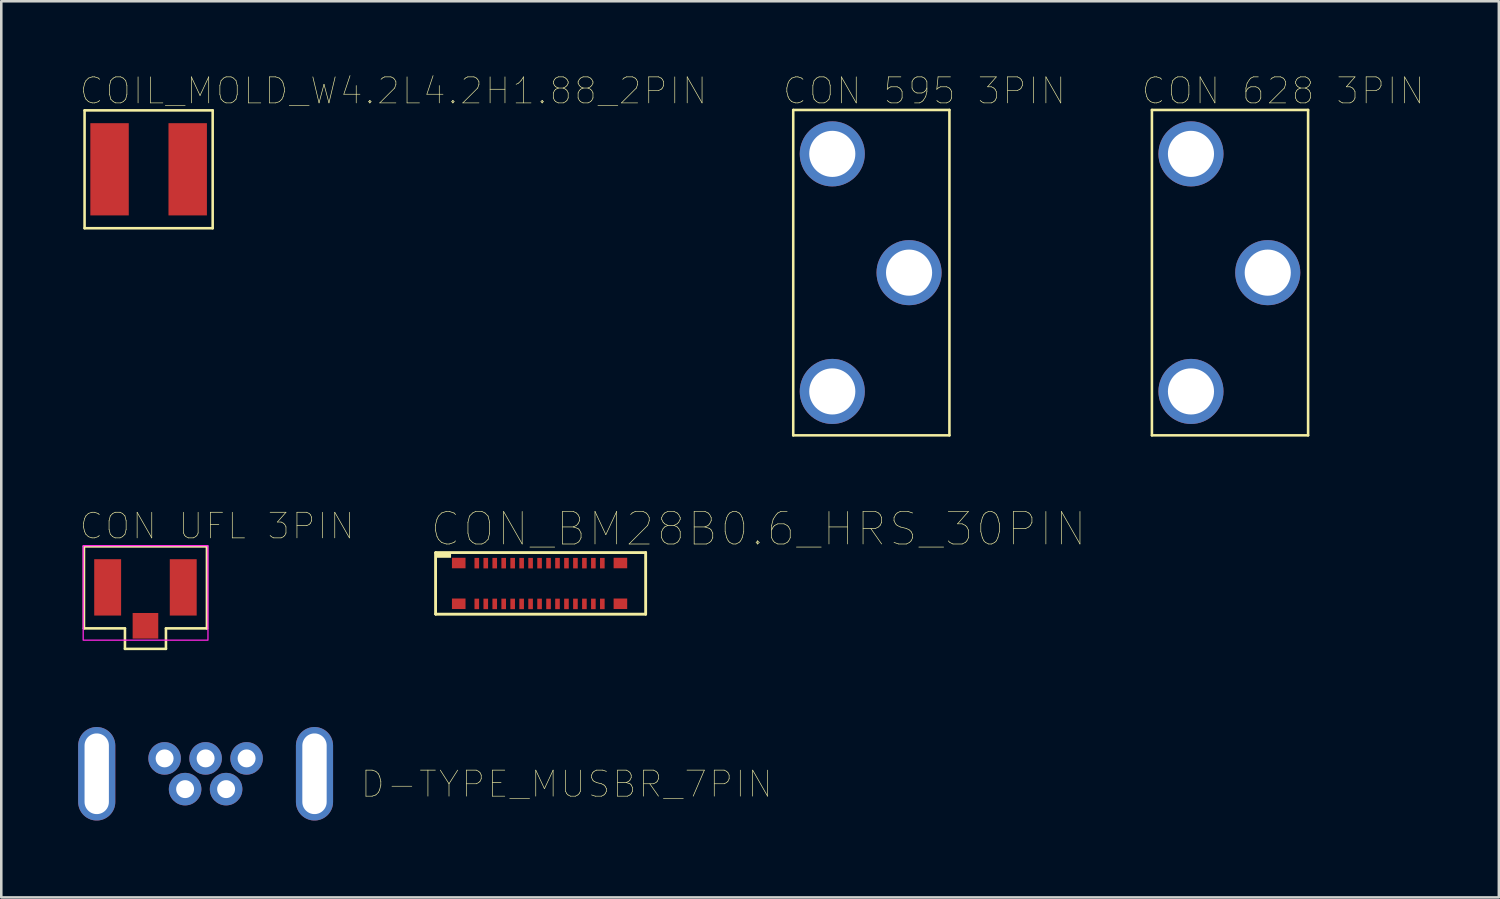
<source format=kicad_pcb>
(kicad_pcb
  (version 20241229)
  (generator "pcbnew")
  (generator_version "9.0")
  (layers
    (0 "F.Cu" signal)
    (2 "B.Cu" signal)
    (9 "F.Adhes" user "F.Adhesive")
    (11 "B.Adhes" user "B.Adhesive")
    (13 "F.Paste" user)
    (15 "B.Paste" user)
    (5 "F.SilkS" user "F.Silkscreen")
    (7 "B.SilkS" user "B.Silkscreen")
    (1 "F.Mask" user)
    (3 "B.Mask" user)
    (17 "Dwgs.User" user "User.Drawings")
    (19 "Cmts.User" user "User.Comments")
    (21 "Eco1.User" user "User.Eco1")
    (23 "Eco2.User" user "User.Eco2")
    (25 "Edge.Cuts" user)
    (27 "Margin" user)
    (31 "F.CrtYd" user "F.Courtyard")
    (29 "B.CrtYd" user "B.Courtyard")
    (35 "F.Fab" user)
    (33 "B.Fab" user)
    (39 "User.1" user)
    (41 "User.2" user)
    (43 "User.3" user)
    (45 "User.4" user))
  (footprint "D-TYPE_MUSBR_7PIN"
    (layer "F.Cu")
    (at 4.975 27.151)
    (property "Reference" "D-TYPE_MUSBR_7PIN" (at 6 1 0) (unlocked yes) (layer "F.SilkS") (effects (font (size 1.016 1.016) (thickness 0.025)) (justify left bottom)))
    (pad "1" thru_hole circle (at -1.6 -0.6 90) (size 1.27 1.27) (drill 0.7) (layers "*.Cu" "*.Mask"))
    (pad "2" thru_hole circle (at -0.8 0.6 90) (size 1.27 1.27) (drill 0.7) (layers "*.Cu" "*.Mask"))
    (pad "3" thru_hole circle (at 0 -0.6 90) (size 1.27 1.27) (drill 0.7) (layers "*.Cu" "*.Mask"))
    (pad "4" thru_hole circle (at 0.8 0.6 90) (size 1.27 1.27) (drill 0.7) (layers "*.Cu" "*.Mask"))
    (pad "5" thru_hole circle (at 1.6 -0.6 90) (size 1.27 1.27) (drill 0.7) (layers "*.Cu" "*.Mask"))
    (pad "6" thru_hole oval (at -4.25 0 90) (size 3.65 1.45) (drill oval 3.15 0.95) (layers "*.Cu" "*.Mask"))
    (pad "7" thru_hole oval (at 4.25 0 90) (size 3.65 1.45) (drill oval 3.15 0.95) (layers "*.Cu" "*.Mask")))
  (footprint "CON UFL 3PIN"
    (layer "F.Cu")
    (at 2.627 19.876)
    (property "Reference" "CON UFL 3PIN" (at -2.627 -1.808 0) (unlocked yes) (layer "F.SilkS") (effects (font (size 1 1) (thickness 0.025)) (justify left bottom)))
    (fp_line (start -2.4 1.6) (end -2.4 -1.6) (stroke (width 0.1) (type solid)) (layer "F.SilkS"))
    (fp_line (start -0.8 1.6) (end -2.4 1.6) (stroke (width 0.1) (type solid)) (layer "F.SilkS"))
    (fp_line (start -0.8 2.4) (end -0.8 1.6) (stroke (width 0.1) (type solid)) (layer "F.SilkS"))
    (fp_line (start 0.8 2.4) (end -0.8 2.4) (stroke (width 0.1) (type solid)) (layer "F.SilkS"))
    (fp_line (start 0.8 2.4) (end 0.8 1.6) (stroke (width 0.1) (type solid)) (layer "F.SilkS"))
    (fp_line (start 2.4 -1.6) (end -2.4 -1.6) (stroke (width 0.1) (type solid)) (layer "F.SilkS"))
    (fp_line (start 2.4 1.6) (end 0.8 1.6) (stroke (width 0.1) (type solid)) (layer "F.SilkS"))
    (fp_line (start 2.4 1.6) (end 2.4 -1.6) (stroke (width 0.1) (type solid)) (layer "F.SilkS"))
    (fp_rect (start -2.43 -1.63) (end 2.44 2.06) (stroke (width 0.05) (type default)) (fill no) (layer "F.CrtYd"))
    (pad "1" smd rect (at 0 1.5 90) (size 1 1) (layers "F.Cu" "F.Mask" "F.Paste"))
    (pad "2" smd rect (at 1.475 0) (size 1.05 2.2) (layers "F.Cu" "F.Mask" "F.Paste"))
    (pad "3" smd rect (at -1.475 0) (size 1.05 2.2) (layers "F.Cu" "F.Mask" "F.Paste")))
  (footprint "CON 595 3PIN"
    (layer "F.Cu")
    (at 30.451 7.592)
    (property "Reference" "CON 595 3PIN" (at -3 -6.5 0) (unlocked yes) (layer "F.SilkS") (effects (font (size 1.016 1.016) (thickness 0.025)) (justify left bottom)))
    (fp_line (start -2.54 -6.35) (end -2.54 6.35) (stroke (width 0.1) (type solid)) (layer "F.SilkS"))
    (fp_line (start -2.54 -6.35) (end 3.556 -6.35) (stroke (width 0.1) (type solid)) (layer "F.SilkS"))
    (fp_line (start -2.54 6.35) (end 3.556 6.35) (stroke (width 0.1) (type solid)) (layer "F.SilkS"))
    (fp_line (start 3.556 -6.35) (end 3.556 6.35) (stroke (width 0.1) (type solid)) (layer "F.SilkS"))
    (pad "1" thru_hole circle (at 1.981 0 180) (size 2.54 2.54) (drill 1.8) (layers "*.Cu" "*.Mask"))
    (pad "2" thru_hole circle (at -1.016 -4.636 180) (size 2.54 2.54) (drill 1.8) (layers "*.Cu" "*.Mask"))
    (pad "3" thru_hole circle (at -1.016 4.636 180) (size 2.54 2.54) (drill 1.8) (layers "*.Cu" "*.Mask")))
  (footprint "CON_BM28B0.6_HRS_30PIN"
    (layer "F.Cu")
    (at 18.055 19.721)
    (property "Reference" "CON_BM28B0.6_HRS_30PIN" (at -4.369 -1.382 0) (unlocked yes) (layer "F.SilkS") (effects (font (size 1.27 1.27) (thickness 0.025)) (justify left bottom)))
    (fp_line (start -4.1 1.2) (end -4.1 -1.2) (stroke (width 0.1) (type solid)) (layer "F.SilkS"))
    (fp_line (start -4.1 1.2) (end -4.1 -1.2) (stroke (width 0.1) (type solid)) (layer "F.SilkS"))
    (fp_line (start 4.1 -1.2) (end -4.1 -1.2) (stroke (width 0.1) (type solid)) (layer "F.SilkS"))
    (fp_line (start 4.1 -1.2) (end -4.1 -1.2) (stroke (width 0.1) (type solid)) (layer "F.SilkS"))
    (fp_line (start 4.1 1.2) (end -4.1 1.2) (stroke (width 0.1) (type solid)) (layer "F.SilkS"))
    (fp_line (start 4.1 1.2) (end -4.1 1.2) (stroke (width 0.1) (type solid)) (layer "F.SilkS"))
    (fp_line (start 4.1 1.2) (end 4.1 -1.2) (stroke (width 0.1) (type solid)) (layer "F.SilkS"))
    (fp_line (start 4.1 1.2) (end 4.1 -1.2) (stroke (width 0.1) (type solid)) (layer "F.SilkS"))
    (fp_poly (pts (xy -4.1 -1.2) (xy -3.5 -1.2) (xy -3.5 -1) (xy -4.1 -1)) (stroke (width 0) (type default)) (fill yes) (layer "F.SilkS"))
    (pad "1" smd rect (at -2.495 -0.79 180) (size 0.18 0.41) (layers "F.Cu" "F.Mask" "F.Paste"))
    (pad "2" smd rect (at -2.495 0.8 180) (size 0.18 0.41) (layers "F.Cu" "F.Mask" "F.Paste"))
    (pad "3" smd rect (at -2.145 -0.79 180) (size 0.18 0.41) (layers "F.Cu" "F.Mask" "F.Paste"))
    (pad "4" smd rect (at -2.145 0.8 180) (size 0.18 0.41) (layers "F.Cu" "F.Mask" "F.Paste"))
    (pad "5" smd rect (at -1.795 -0.79 180) (size 0.18 0.41) (layers "F.Cu" "F.Mask" "F.Paste"))
    (pad "6" smd rect (at -1.795 0.8 180) (size 0.18 0.41) (layers "F.Cu" "F.Mask" "F.Paste"))
    (pad "7" smd rect (at -1.445 -0.79 180) (size 0.18 0.41) (layers "F.Cu" "F.Mask" "F.Paste"))
    (pad "8" smd rect (at -1.445 0.8 180) (size 0.18 0.41) (layers "F.Cu" "F.Mask" "F.Paste"))
    (pad "9" smd rect (at -1.095 -0.79 180) (size 0.18 0.41) (layers "F.Cu" "F.Mask" "F.Paste"))
    (pad "10" smd rect (at -1.095 0.8 180) (size 0.18 0.41) (layers "F.Cu" "F.Mask" "F.Paste"))
    (pad "11" smd rect (at -0.745 -0.79 180) (size 0.18 0.41) (layers "F.Cu" "F.Mask" "F.Paste"))
    (pad "12" smd rect (at -0.745 0.8 180) (size 0.18 0.41) (layers "F.Cu" "F.Mask" "F.Paste"))
    (pad "13" smd rect (at -0.395 -0.79 180) (size 0.18 0.41) (layers "F.Cu" "F.Mask" "F.Paste"))
    (pad "14" smd rect (at -0.395 0.8 180) (size 0.18 0.41) (layers "F.Cu" "F.Mask" "F.Paste"))
    (pad "15" smd rect (at -0.045 -0.79 180) (size 0.18 0.41) (layers "F.Cu" "F.Mask" "F.Paste"))
    (pad "16" smd rect (at -0.045 0.8 180) (size 0.18 0.41) (layers "F.Cu" "F.Mask" "F.Paste"))
    (pad "17" smd rect (at 0.305 -0.79 180) (size 0.18 0.41) (layers "F.Cu" "F.Mask" "F.Paste"))
    (pad "18" smd rect (at 0.305 0.8 180) (size 0.18 0.41) (layers "F.Cu" "F.Mask" "F.Paste"))
    (pad "19" smd rect (at 0.655 -0.79 180) (size 0.18 0.41) (layers "F.Cu" "F.Mask" "F.Paste"))
    (pad "20" smd rect (at 0.655 0.8 180) (size 0.18 0.41) (layers "F.Cu" "F.Mask" "F.Paste"))
    (pad "21" smd rect (at 1.005 -0.79 180) (size 0.18 0.41) (layers "F.Cu" "F.Mask" "F.Paste"))
    (pad "22" smd rect (at 1.005 0.8 180) (size 0.18 0.41) (layers "F.Cu" "F.Mask" "F.Paste"))
    (pad "23" smd rect (at 1.355 -0.79 180) (size 0.18 0.41) (layers "F.Cu" "F.Mask" "F.Paste"))
    (pad "24" smd rect (at 1.355 0.8 180) (size 0.18 0.41) (layers "F.Cu" "F.Mask" "F.Paste"))
    (pad "25" smd rect (at 1.705 -0.79 180) (size 0.18 0.41) (layers "F.Cu" "F.Mask" "F.Paste"))
    (pad "26" smd rect (at 1.705 0.8 180) (size 0.18 0.41) (layers "F.Cu" "F.Mask" "F.Paste"))
    (pad "27" smd rect (at 2.055 -0.79 180) (size 0.18 0.41) (layers "F.Cu" "F.Mask" "F.Paste"))
    (pad "28" smd rect (at 2.055 0.8 180) (size 0.18 0.41) (layers "F.Cu" "F.Mask" "F.Paste"))
    (pad "29" smd rect (at 2.405 -0.79 180) (size 0.18 0.41) (layers "F.Cu" "F.Mask" "F.Paste"))
    (pad "30" smd rect (at 2.405 0.8 180) (size 0.18 0.41) (layers "F.Cu" "F.Mask" "F.Paste"))
    (pad "P1A" smd rect (at -3.2 0.795 180) (size 0.53 0.41) (layers "F.Cu" "F.Mask" "F.Paste"))
    (pad "P1B" smd rect (at 3.11 0.795 180) (size 0.53 0.41) (layers "F.Cu" "F.Mask" "F.Paste"))
    (pad "P2A" smd rect (at -3.2 -0.795 180) (size 0.53 0.41) (layers "F.Cu" "F.Mask" "F.Paste"))
    (pad "P2B" smd rect (at 3.11 -0.795 180) (size 0.53 0.41) (layers "F.Cu" "F.Mask" "F.Paste"))
    (zone (net_name "") (layer "F.Cu") (hatch edge 0.5) (connect_pads) (min_thickness 0.25) (filled_areas_thickness no) (keepout (tracks not_allowed) (vias not_allowed) (pads not_allowed) (copperpour not_allowed) (footprints allowed)) (placement (enabled no)) (fill) (polygon (pts (xy 15.296 19.221) (xy 15.296 20.221) (xy 20.747 20.221) (xy 20.747 19.221)))))
  (footprint "COIL_MOLD_W4.2L4.2H1.88_2PIN"
    (layer "F.Cu")
    (at 2.751 3.558)
    (property "Reference" "COIL_MOLD_W4.2L4.2H1.88_2PIN" (at -2.751 -2.466 0) (unlocked yes) (layer "F.SilkS") (effects (font (size 1.016 1.016) (thickness 0.025)) (justify left bottom)))
    (fp_line (start -2.5 -2.3) (end -2.5 2.3) (stroke (width 0.1) (type solid)) (layer "F.SilkS"))
    (fp_line (start 2.5 -2.3) (end -2.5 -2.3) (stroke (width 0.1) (type solid)) (layer "F.SilkS"))
    (fp_line (start 2.5 -2.3) (end 2.5 2.3) (stroke (width 0.1) (type solid)) (layer "F.SilkS"))
    (fp_line (start 2.5 2.3) (end -2.5 2.3) (stroke (width 0.1) (type solid)) (layer "F.SilkS"))
    (pad "1" smd rect (at -1.525 0 180) (size 1.5 3.6) (layers "F.Cu" "F.Mask" "F.Paste"))
    (pad "2" smd rect (at 1.525 0 180) (size 1.5 3.6) (layers "F.Cu" "F.Mask" "F.Paste")))
  (footprint "CON 628 3PIN"
    (layer "F.Cu")
    (at 44.451 7.592)
    (property "Reference" "CON 628 3PIN" (at -3 -6.5 0) (unlocked yes) (layer "F.SilkS") (effects (font (size 1.016 1.016) (thickness 0.025)) (justify left bottom)))
    (fp_line (start -2.54 -6.35) (end -2.54 6.35) (stroke (width 0.1) (type solid)) (layer "F.SilkS"))
    (fp_line (start -2.54 -6.35) (end 3.556 -6.35) (stroke (width 0.1) (type solid)) (layer "F.SilkS"))
    (fp_line (start -2.54 6.35) (end 3.556 6.35) (stroke (width 0.1) (type solid)) (layer "F.SilkS"))
    (fp_line (start 3.556 -6.35) (end 3.556 6.35) (stroke (width 0.1) (type solid)) (layer "F.SilkS"))
    (pad "1" thru_hole circle (at 1.981 0 180) (size 2.54 2.54) (drill 1.8) (layers "*.Cu" "*.Mask"))
    (pad "2" thru_hole circle (at -1.016 -4.636 180) (size 2.54 2.54) (drill 1.8) (layers "*.Cu" "*.Mask"))
    (pad "3" thru_hole circle (at -1.016 4.636 180) (size 2.54 2.54) (drill 1.8) (layers "*.Cu" "*.Mask")))
  (gr_rect
    (start -3 -3)
    (end 55.452 31.976)
    (stroke (width 0.1) (type default))
    (fill no)
    (layer "Edge.Cuts")))
</source>
